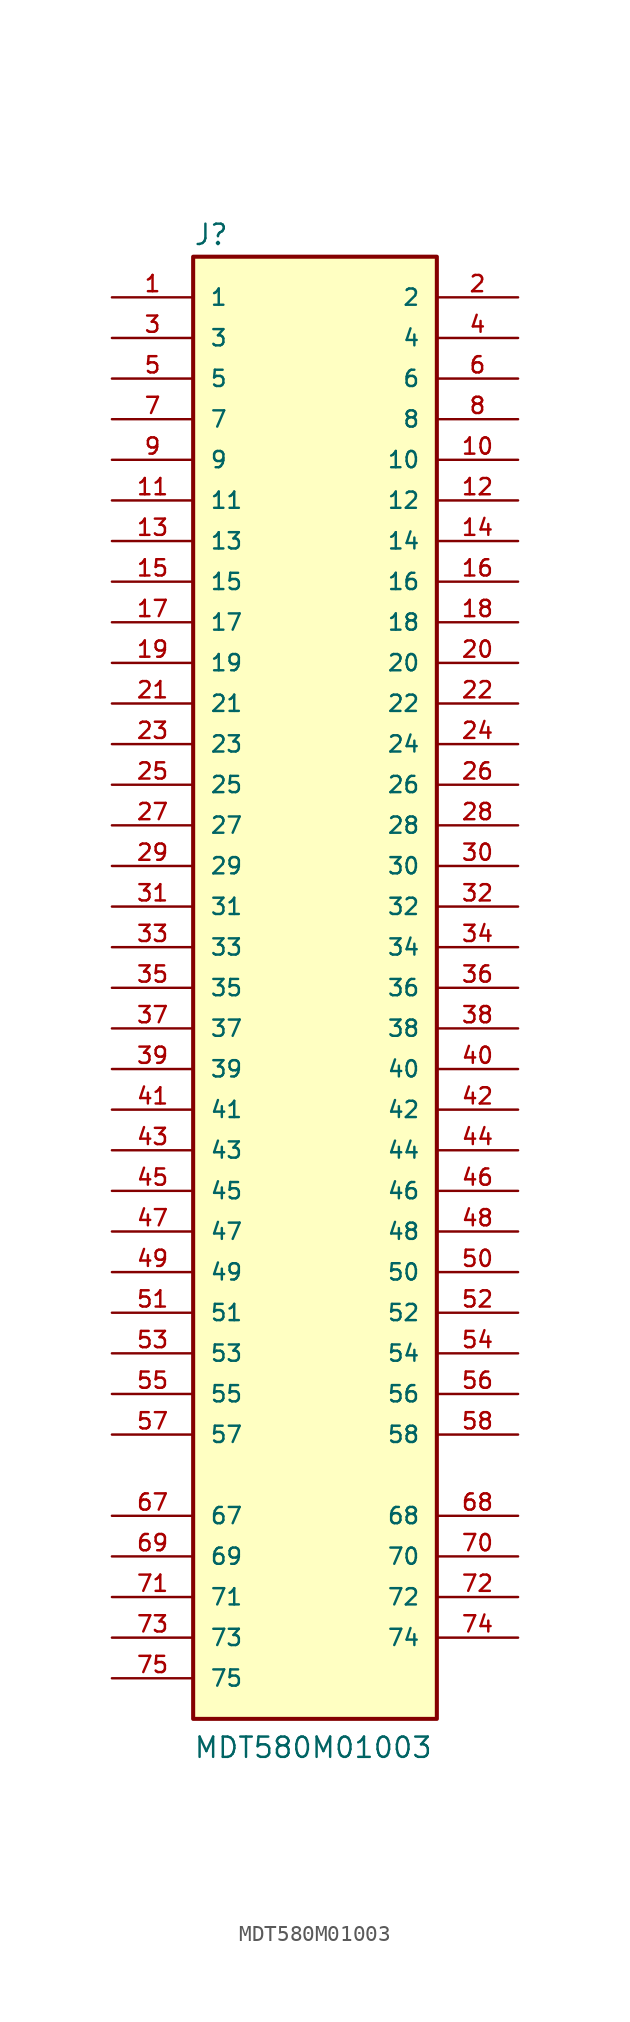
<source format=kicad_sym>
(kicad_symbol_lib
  (version 20241209)
  (generator "kicad_symbol_editor")
  (generator_version "9.0")
  (symbol "MDT580M01003"
    (pin_names
      (offset 1.016))
    (property "Reference" "J"
      (at -7.62 46.355 0)
      (effects (font (size 1.27 1.27)) (justify left bottom)))
    (property "Value" "MDT580M01003"
      (at -7.62 -48.26 0)
      (effects (font (size 1.27 1.27)) (justify left bottom)))
    (symbol "MDT580M01003_0_0"
      (rectangle (start -7.62 45.72) (end 7.62 -45.72) (stroke (width 0.254) (type default)) (fill (type background)))
      (pin passive line (at -12.7 43.18 0) (length 5.08) (name "1" (effects (font (size 1.016 1.016)))) (number "1" (effects (font (size 1.016 1.016)))))
      (pin passive line (at -12.7 40.64 0) (length 5.08) (name "3" (effects (font (size 1.016 1.016)))) (number "3" (effects (font (size 1.016 1.016)))))
      (pin passive line (at -12.7 38.1 0) (length 5.08) (name "5" (effects (font (size 1.016 1.016)))) (number "5" (effects (font (size 1.016 1.016)))))
      (pin passive line (at -12.7 35.56 0) (length 5.08) (name "7" (effects (font (size 1.016 1.016)))) (number "7" (effects (font (size 1.016 1.016)))))
      (pin passive line (at -12.7 33.02 0) (length 5.08) (name "9" (effects (font (size 1.016 1.016)))) (number "9" (effects (font (size 1.016 1.016)))))
      (pin passive line (at -12.7 30.48 0) (length 5.08) (name "11" (effects (font (size 1.016 1.016)))) (number "11" (effects (font (size 1.016 1.016)))))
      (pin passive line (at -12.7 27.94 0) (length 5.08) (name "13" (effects (font (size 1.016 1.016)))) (number "13" (effects (font (size 1.016 1.016)))))
      (pin passive line (at -12.7 25.4 0) (length 5.08) (name "15" (effects (font (size 1.016 1.016)))) (number "15" (effects (font (size 1.016 1.016)))))
      (pin passive line (at -12.7 22.86 0) (length 5.08) (name "17" (effects (font (size 1.016 1.016)))) (number "17" (effects (font (size 1.016 1.016)))))
      (pin passive line (at -12.7 20.32 0) (length 5.08) (name "19" (effects (font (size 1.016 1.016)))) (number "19" (effects (font (size 1.016 1.016)))))
      (pin passive line (at -12.7 17.78 0) (length 5.08) (name "21" (effects (font (size 1.016 1.016)))) (number "21" (effects (font (size 1.016 1.016)))))
      (pin passive line (at -12.7 15.24 0) (length 5.08) (name "23" (effects (font (size 1.016 1.016)))) (number "23" (effects (font (size 1.016 1.016)))))
      (pin passive line (at -12.7 12.7 0) (length 5.08) (name "25" (effects (font (size 1.016 1.016)))) (number "25" (effects (font (size 1.016 1.016)))))
      (pin passive line (at -12.7 10.16 0) (length 5.08) (name "27" (effects (font (size 1.016 1.016)))) (number "27" (effects (font (size 1.016 1.016)))))
      (pin passive line (at -12.7 7.62 0) (length 5.08) (name "29" (effects (font (size 1.016 1.016)))) (number "29" (effects (font (size 1.016 1.016)))))
      (pin passive line (at -12.7 5.08 0) (length 5.08) (name "31" (effects (font (size 1.016 1.016)))) (number "31" (effects (font (size 1.016 1.016)))))
      (pin passive line (at -12.7 2.54 0) (length 5.08) (name "33" (effects (font (size 1.016 1.016)))) (number "33" (effects (font (size 1.016 1.016)))))
      (pin passive line (at -12.7 0 0) (length 5.08) (name "35" (effects (font (size 1.016 1.016)))) (number "35" (effects (font (size 1.016 1.016)))))
      (pin passive line (at -12.7 -2.54 0) (length 5.08) (name "37" (effects (font (size 1.016 1.016)))) (number "37" (effects (font (size 1.016 1.016)))))
      (pin passive line (at -12.7 -5.08 0) (length 5.08) (name "39" (effects (font (size 1.016 1.016)))) (number "39" (effects (font (size 1.016 1.016)))))
      (pin passive line (at -12.7 -7.62 0) (length 5.08) (name "41" (effects (font (size 1.016 1.016)))) (number "41" (effects (font (size 1.016 1.016)))))
      (pin passive line (at -12.7 -10.16 0) (length 5.08) (name "43" (effects (font (size 1.016 1.016)))) (number "43" (effects (font (size 1.016 1.016)))))
      (pin passive line (at -12.7 -12.7 0) (length 5.08) (name "45" (effects (font (size 1.016 1.016)))) (number "45" (effects (font (size 1.016 1.016)))))
      (pin passive line (at -12.7 -15.24 0) (length 5.08) (name "47" (effects (font (size 1.016 1.016)))) (number "47" (effects (font (size 1.016 1.016)))))
      (pin passive line (at -12.7 -17.78 0) (length 5.08) (name "49" (effects (font (size 1.016 1.016)))) (number "49" (effects (font (size 1.016 1.016)))))
      (pin passive line (at -12.7 -20.32 0) (length 5.08) (name "51" (effects (font (size 1.016 1.016)))) (number "51" (effects (font (size 1.016 1.016)))))
      (pin passive line (at -12.7 -22.86 0) (length 5.08) (name "53" (effects (font (size 1.016 1.016)))) (number "53" (effects (font (size 1.016 1.016)))))
      (pin passive line (at -12.7 -25.4 0) (length 5.08) (name "55" (effects (font (size 1.016 1.016)))) (number "55" (effects (font (size 1.016 1.016)))))
      (pin passive line (at -12.7 -27.94 0) (length 5.08) (name "57" (effects (font (size 1.016 1.016)))) (number "57" (effects (font (size 1.016 1.016)))))
      (pin passive line (at -12.7 -33.02 0) (length 5.08) (name "67" (effects (font (size 1.016 1.016)))) (number "67" (effects (font (size 1.016 1.016)))))
      (pin passive line (at -12.7 -35.56 0) (length 5.08) (name "69" (effects (font (size 1.016 1.016)))) (number "69" (effects (font (size 1.016 1.016)))))
      (pin passive line (at -12.7 -38.1 0) (length 5.08) (name "71" (effects (font (size 1.016 1.016)))) (number "71" (effects (font (size 1.016 1.016)))))
      (pin passive line (at -12.7 -40.64 0) (length 5.08) (name "73" (effects (font (size 1.016 1.016)))) (number "73" (effects (font (size 1.016 1.016)))))
      (pin passive line (at -12.7 -43.18 0) (length 5.08) (name "75" (effects (font (size 1.016 1.016)))) (number "75" (effects (font (size 1.016 1.016)))))
      (pin passive line (at 12.7 43.18 180) (length 5.08) (name "2" (effects (font (size 1.016 1.016)))) (number "2" (effects (font (size 1.016 1.016)))))
      (pin passive line (at 12.7 40.64 180) (length 5.08) (name "4" (effects (font (size 1.016 1.016)))) (number "4" (effects (font (size 1.016 1.016)))))
      (pin passive line (at 12.7 38.1 180) (length 5.08) (name "6" (effects (font (size 1.016 1.016)))) (number "6" (effects (font (size 1.016 1.016)))))
      (pin passive line (at 12.7 35.56 180) (length 5.08) (name "8" (effects (font (size 1.016 1.016)))) (number "8" (effects (font (size 1.016 1.016)))))
      (pin passive line (at 12.7 33.02 180) (length 5.08) (name "10" (effects (font (size 1.016 1.016)))) (number "10" (effects (font (size 1.016 1.016)))))
      (pin passive line (at 12.7 30.48 180) (length 5.08) (name "12" (effects (font (size 1.016 1.016)))) (number "12" (effects (font (size 1.016 1.016)))))
      (pin passive line (at 12.7 27.94 180) (length 5.08) (name "14" (effects (font (size 1.016 1.016)))) (number "14" (effects (font (size 1.016 1.016)))))
      (pin passive line (at 12.7 25.4 180) (length 5.08) (name "16" (effects (font (size 1.016 1.016)))) (number "16" (effects (font (size 1.016 1.016)))))
      (pin passive line (at 12.7 22.86 180) (length 5.08) (name "18" (effects (font (size 1.016 1.016)))) (number "18" (effects (font (size 1.016 1.016)))))
      (pin passive line (at 12.7 20.32 180) (length 5.08) (name "20" (effects (font (size 1.016 1.016)))) (number "20" (effects (font (size 1.016 1.016)))))
      (pin passive line (at 12.7 17.78 180) (length 5.08) (name "22" (effects (font (size 1.016 1.016)))) (number "22" (effects (font (size 1.016 1.016)))))
      (pin passive line (at 12.7 15.24 180) (length 5.08) (name "24" (effects (font (size 1.016 1.016)))) (number "24" (effects (font (size 1.016 1.016)))))
      (pin passive line (at 12.7 12.7 180) (length 5.08) (name "26" (effects (font (size 1.016 1.016)))) (number "26" (effects (font (size 1.016 1.016)))))
      (pin passive line (at 12.7 10.16 180) (length 5.08) (name "28" (effects (font (size 1.016 1.016)))) (number "28" (effects (font (size 1.016 1.016)))))
      (pin passive line (at 12.7 7.62 180) (length 5.08) (name "30" (effects (font (size 1.016 1.016)))) (number "30" (effects (font (size 1.016 1.016)))))
      (pin passive line (at 12.7 5.08 180) (length 5.08) (name "32" (effects (font (size 1.016 1.016)))) (number "32" (effects (font (size 1.016 1.016)))))
      (pin passive line (at 12.7 2.54 180) (length 5.08) (name "34" (effects (font (size 1.016 1.016)))) (number "34" (effects (font (size 1.016 1.016)))))
      (pin passive line (at 12.7 0 180) (length 5.08) (name "36" (effects (font (size 1.016 1.016)))) (number "36" (effects (font (size 1.016 1.016)))))
      (pin passive line (at 12.7 -2.54 180) (length 5.08) (name "38" (effects (font (size 1.016 1.016)))) (number "38" (effects (font (size 1.016 1.016)))))
      (pin passive line (at 12.7 -5.08 180) (length 5.08) (name "40" (effects (font (size 1.016 1.016)))) (number "40" (effects (font (size 1.016 1.016)))))
      (pin passive line (at 12.7 -7.62 180) (length 5.08) (name "42" (effects (font (size 1.016 1.016)))) (number "42" (effects (font (size 1.016 1.016)))))
      (pin passive line (at 12.7 -10.16 180) (length 5.08) (name "44" (effects (font (size 1.016 1.016)))) (number "44" (effects (font (size 1.016 1.016)))))
      (pin passive line (at 12.7 -12.7 180) (length 5.08) (name "46" (effects (font (size 1.016 1.016)))) (number "46" (effects (font (size 1.016 1.016)))))
      (pin passive line (at 12.7 -15.24 180) (length 5.08) (name "48" (effects (font (size 1.016 1.016)))) (number "48" (effects (font (size 1.016 1.016)))))
      (pin passive line (at 12.7 -17.78 180) (length 5.08) (name "50" (effects (font (size 1.016 1.016)))) (number "50" (effects (font (size 1.016 1.016)))))
      (pin passive line (at 12.7 -20.32 180) (length 5.08) (name "52" (effects (font (size 1.016 1.016)))) (number "52" (effects (font (size 1.016 1.016)))))
      (pin passive line (at 12.7 -22.86 180) (length 5.08) (name "54" (effects (font (size 1.016 1.016)))) (number "54" (effects (font (size 1.016 1.016)))))
      (pin passive line (at 12.7 -25.4 180) (length 5.08) (name "56" (effects (font (size 1.016 1.016)))) (number "56" (effects (font (size 1.016 1.016)))))
      (pin passive line (at 12.7 -27.94 180) (length 5.08) (name "58" (effects (font (size 1.016 1.016)))) (number "58" (effects (font (size 1.016 1.016)))))
      (pin passive line (at 12.7 -33.02 180) (length 5.08) (name "68" (effects (font (size 1.016 1.016)))) (number "68" (effects (font (size 1.016 1.016)))))
      (pin passive line (at 12.7 -35.56 180) (length 5.08) (name "70" (effects (font (size 1.016 1.016)))) (number "70" (effects (font (size 1.016 1.016)))))
      (pin passive line (at 12.7 -38.1 180) (length 5.08) (name "72" (effects (font (size 1.016 1.016)))) (number "72" (effects (font (size 1.016 1.016)))))
      (pin passive line (at 12.7 -40.64 180) (length 5.08) (name "74" (effects (font (size 1.016 1.016)))) (number "74" (effects (font (size 1.016 1.016))))))))
</source>
